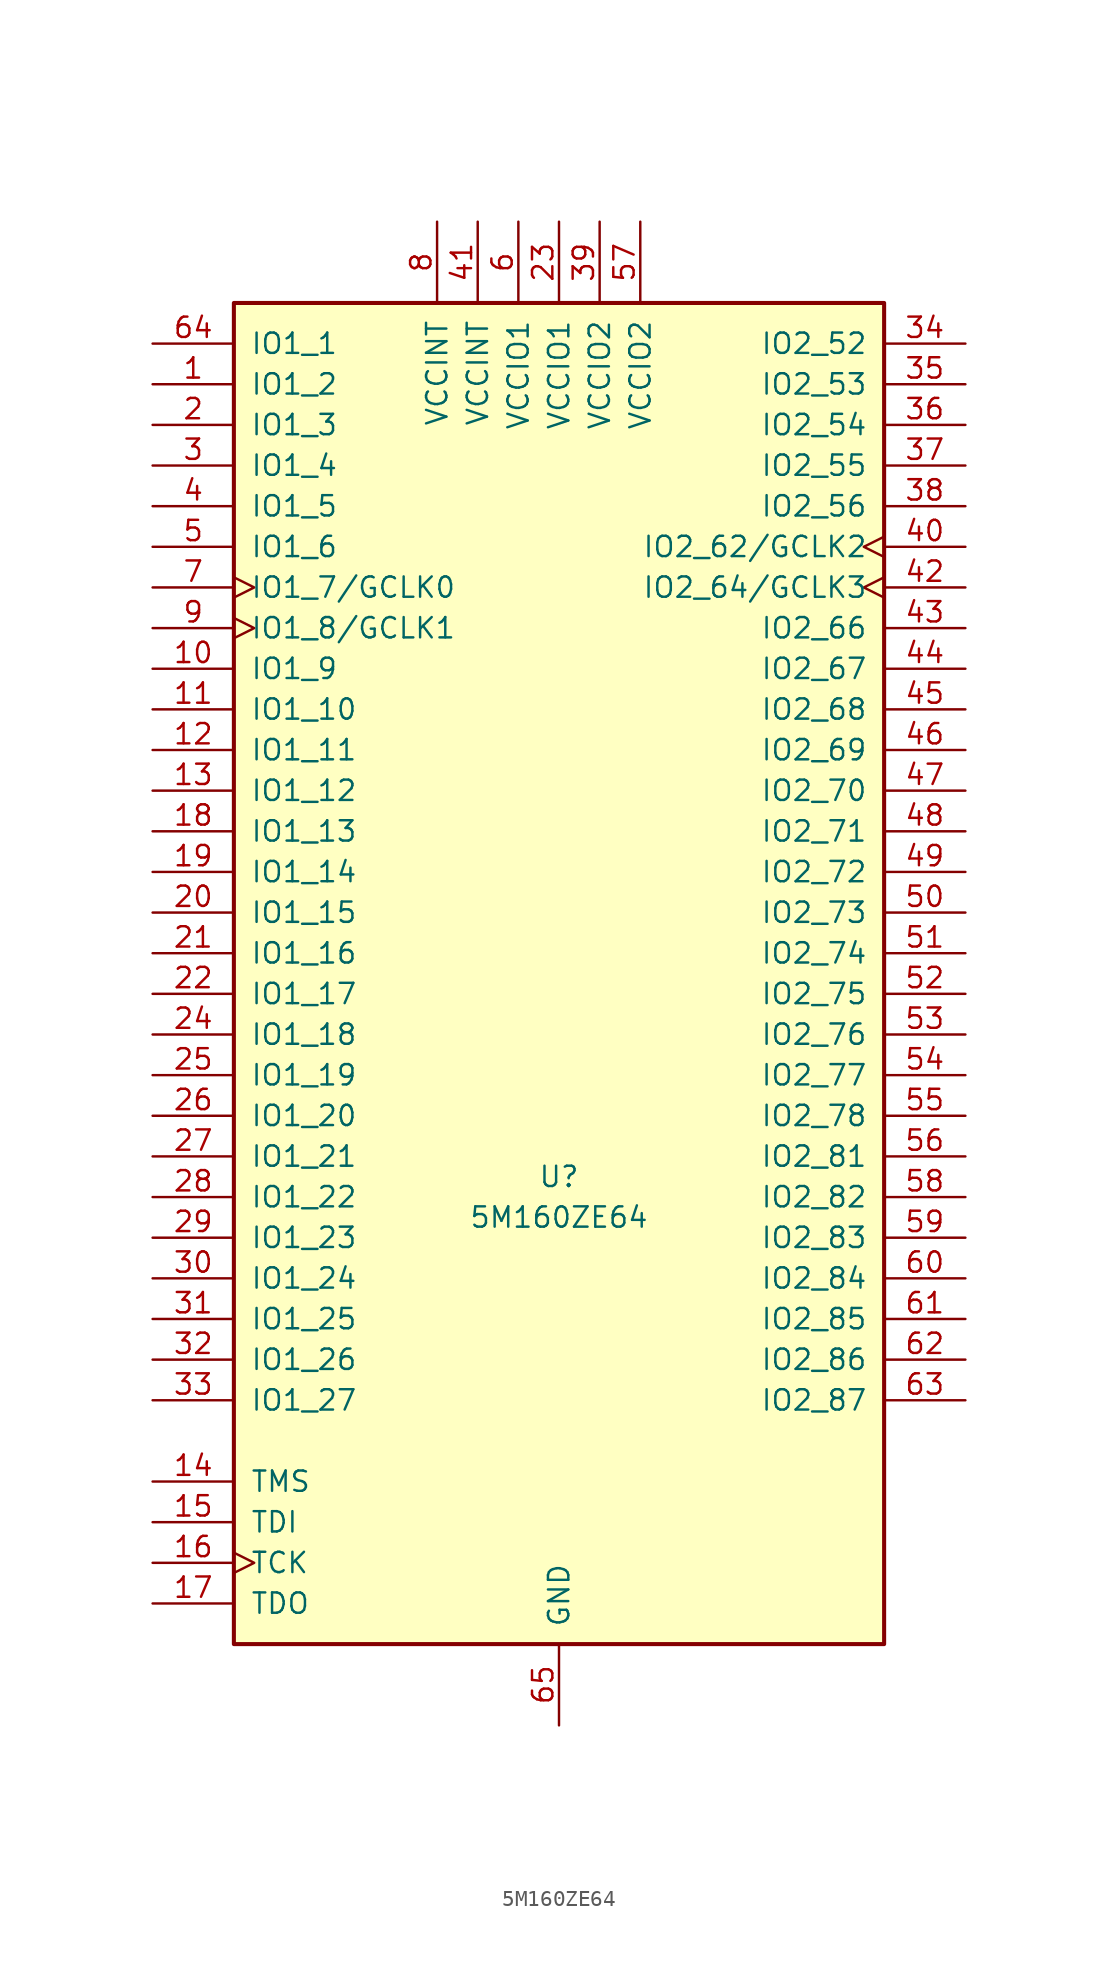
<source format=kicad_sym>
(kicad_symbol_lib
  (version 20220914)
  (generator kicad_symbol_editor)
  (symbol "5M160ZE64"
    (pin_names
      (offset 1.016))
    (property "Reference" "U"
      (at 0 -12.7 0)
      (effects (font (size 1.27 1.27))))
    (property "Value" "5M160ZE64"
      (at 0 -15.24 0)
      (effects (font (size 1.27 1.27))))
    (symbol "5M160ZE64_1_1"
      (rectangle (start -20.32 41.91) (end 20.32 -41.91) (stroke (width 0.254) (type default)) (fill (type background)))
      (pin bidirectional line (at -25.4 36.83 0) (length 5.08) (name "IO1_2" (effects (font (size 1.27 1.27)))) (number "1" (effects (font (size 1.27 1.27)))))
      (pin bidirectional line (at -25.4 19.05 0) (length 5.08) (name "IO1_9" (effects (font (size 1.27 1.27)))) (number "10" (effects (font (size 1.27 1.27)))))
      (pin bidirectional line (at -25.4 16.51 0) (length 5.08) (name "IO1_10" (effects (font (size 1.27 1.27)))) (number "11" (effects (font (size 1.27 1.27)))))
      (pin bidirectional line (at -25.4 13.97 0) (length 5.08) (name "IO1_11" (effects (font (size 1.27 1.27)))) (number "12" (effects (font (size 1.27 1.27)))))
      (pin bidirectional line (at -25.4 11.43 0) (length 5.08) (name "IO1_12" (effects (font (size 1.27 1.27)))) (number "13" (effects (font (size 1.27 1.27)))))
      (pin input line (at -25.4 -31.75 0) (length 5.08) (name "TMS" (effects (font (size 1.27 1.27)))) (number "14" (effects (font (size 1.27 1.27)))))
      (pin input line (at -25.4 -34.29 0) (length 5.08) (name "TDI" (effects (font (size 1.27 1.27)))) (number "15" (effects (font (size 1.27 1.27)))))
      (pin input clock (at -25.4 -36.83 0) (length 5.08) (name "TCK" (effects (font (size 1.27 1.27)))) (number "16" (effects (font (size 1.27 1.27)))))
      (pin output line (at -25.4 -39.37 0) (length 5.08) (name "TDO" (effects (font (size 1.27 1.27)))) (number "17" (effects (font (size 1.27 1.27)))))
      (pin bidirectional line (at -25.4 8.89 0) (length 5.08) (name "IO1_13" (effects (font (size 1.27 1.27)))) (number "18" (effects (font (size 1.27 1.27)))))
      (pin bidirectional line (at -25.4 6.35 0) (length 5.08) (name "IO1_14" (effects (font (size 1.27 1.27)))) (number "19" (effects (font (size 1.27 1.27)))))
      (pin bidirectional line (at -25.4 34.29 0) (length 5.08) (name "IO1_3" (effects (font (size 1.27 1.27)))) (number "2" (effects (font (size 1.27 1.27)))))
      (pin bidirectional line (at -25.4 3.81 0) (length 5.08) (name "IO1_15" (effects (font (size 1.27 1.27)))) (number "20" (effects (font (size 1.27 1.27)))))
      (pin bidirectional line (at -25.4 1.27 0) (length 5.08) (name "IO1_16" (effects (font (size 1.27 1.27)))) (number "21" (effects (font (size 1.27 1.27)))))
      (pin bidirectional line (at -25.4 -1.27 0) (length 5.08) (name "IO1_17" (effects (font (size 1.27 1.27)))) (number "22" (effects (font (size 1.27 1.27)))))
      (pin power_in line (at 0 46.99 270) (length 5.08) (name "VCCIO1" (effects (font (size 1.27 1.27)))) (number "23" (effects (font (size 1.27 1.27)))))
      (pin bidirectional line (at -25.4 -3.81 0) (length 5.08) (name "IO1_18" (effects (font (size 1.27 1.27)))) (number "24" (effects (font (size 1.27 1.27)))))
      (pin bidirectional line (at -25.4 -6.35 0) (length 5.08) (name "IO1_19" (effects (font (size 1.27 1.27)))) (number "25" (effects (font (size 1.27 1.27)))))
      (pin bidirectional line (at -25.4 -8.89 0) (length 5.08) (name "IO1_20" (effects (font (size 1.27 1.27)))) (number "26" (effects (font (size 1.27 1.27)))))
      (pin bidirectional line (at -25.4 -11.43 0) (length 5.08) (name "IO1_21" (effects (font (size 1.27 1.27)))) (number "27" (effects (font (size 1.27 1.27)))))
      (pin bidirectional line (at -25.4 -13.97 0) (length 5.08) (name "IO1_22" (effects (font (size 1.27 1.27)))) (number "28" (effects (font (size 1.27 1.27)))))
      (pin bidirectional line (at -25.4 -16.51 0) (length 5.08) (name "IO1_23" (effects (font (size 1.27 1.27)))) (number "29" (effects (font (size 1.27 1.27)))))
      (pin bidirectional line (at -25.4 31.75 0) (length 5.08) (name "IO1_4" (effects (font (size 1.27 1.27)))) (number "3" (effects (font (size 1.27 1.27)))))
      (pin bidirectional line (at -25.4 -19.05 0) (length 5.08) (name "IO1_24" (effects (font (size 1.27 1.27)))) (number "30" (effects (font (size 1.27 1.27)))))
      (pin bidirectional line (at -25.4 -21.59 0) (length 5.08) (name "IO1_25" (effects (font (size 1.27 1.27)))) (number "31" (effects (font (size 1.27 1.27)))))
      (pin bidirectional line (at -25.4 -24.13 0) (length 5.08) (name "IO1_26" (effects (font (size 1.27 1.27)))) (number "32" (effects (font (size 1.27 1.27)))))
      (pin bidirectional line (at -25.4 -26.67 0) (length 5.08) (name "IO1_27" (effects (font (size 1.27 1.27)))) (number "33" (effects (font (size 1.27 1.27)))))
      (pin bidirectional line (at 25.4 39.37 180) (length 5.08) (name "IO2_52" (effects (font (size 1.27 1.27)))) (number "34" (effects (font (size 1.27 1.27)))))
      (pin bidirectional line (at 25.4 36.83 180) (length 5.08) (name "IO2_53" (effects (font (size 1.27 1.27)))) (number "35" (effects (font (size 1.27 1.27)))))
      (pin bidirectional line (at 25.4 34.29 180) (length 5.08) (name "IO2_54" (effects (font (size 1.27 1.27)))) (number "36" (effects (font (size 1.27 1.27)))))
      (pin bidirectional line (at 25.4 31.75 180) (length 5.08) (name "IO2_55" (effects (font (size 1.27 1.27)))) (number "37" (effects (font (size 1.27 1.27)))))
      (pin bidirectional line (at 25.4 29.21 180) (length 5.08) (name "IO2_56" (effects (font (size 1.27 1.27)))) (number "38" (effects (font (size 1.27 1.27)))))
      (pin power_in line (at 2.54 46.99 270) (length 5.08) (name "VCCIO2" (effects (font (size 1.27 1.27)))) (number "39" (effects (font (size 1.27 1.27)))))
      (pin bidirectional line (at -25.4 29.21 0) (length 5.08) (name "IO1_5" (effects (font (size 1.27 1.27)))) (number "4" (effects (font (size 1.27 1.27)))))
      (pin bidirectional clock (at 25.4 26.67 180) (length 5.08) (name "IO2_62/GCLK2" (effects (font (size 1.27 1.27)))) (number "40" (effects (font (size 1.27 1.27)))))
      (pin power_in line (at -5.08 46.99 270) (length 5.08) (name "VCCINT" (effects (font (size 1.27 1.27)))) (number "41" (effects (font (size 1.27 1.27)))))
      (pin bidirectional clock (at 25.4 24.13 180) (length 5.08) (name "IO2_64/GCLK3" (effects (font (size 1.27 1.27)))) (number "42" (effects (font (size 1.27 1.27)))))
      (pin bidirectional line (at 25.4 21.59 180) (length 5.08) (name "IO2_66" (effects (font (size 1.27 1.27)))) (number "43" (effects (font (size 1.27 1.27)))))
      (pin bidirectional line (at 25.4 19.05 180) (length 5.08) (name "IO2_67" (effects (font (size 1.27 1.27)))) (number "44" (effects (font (size 1.27 1.27)))))
      (pin bidirectional line (at 25.4 16.51 180) (length 5.08) (name "IO2_68" (effects (font (size 1.27 1.27)))) (number "45" (effects (font (size 1.27 1.27)))))
      (pin bidirectional line (at 25.4 13.97 180) (length 5.08) (name "IO2_69" (effects (font (size 1.27 1.27)))) (number "46" (effects (font (size 1.27 1.27)))))
      (pin bidirectional line (at 25.4 11.43 180) (length 5.08) (name "IO2_70" (effects (font (size 1.27 1.27)))) (number "47" (effects (font (size 1.27 1.27)))))
      (pin bidirectional line (at 25.4 8.89 180) (length 5.08) (name "IO2_71" (effects (font (size 1.27 1.27)))) (number "48" (effects (font (size 1.27 1.27)))))
      (pin bidirectional line (at 25.4 6.35 180) (length 5.08) (name "IO2_72" (effects (font (size 1.27 1.27)))) (number "49" (effects (font (size 1.27 1.27)))))
      (pin bidirectional line (at -25.4 26.67 0) (length 5.08) (name "IO1_6" (effects (font (size 1.27 1.27)))) (number "5" (effects (font (size 1.27 1.27)))))
      (pin bidirectional line (at 25.4 3.81 180) (length 5.08) (name "IO2_73" (effects (font (size 1.27 1.27)))) (number "50" (effects (font (size 1.27 1.27)))))
      (pin bidirectional line (at 25.4 1.27 180) (length 5.08) (name "IO2_74" (effects (font (size 1.27 1.27)))) (number "51" (effects (font (size 1.27 1.27)))))
      (pin bidirectional line (at 25.4 -1.27 180) (length 5.08) (name "IO2_75" (effects (font (size 1.27 1.27)))) (number "52" (effects (font (size 1.27 1.27)))))
      (pin bidirectional line (at 25.4 -3.81 180) (length 5.08) (name "IO2_76" (effects (font (size 1.27 1.27)))) (number "53" (effects (font (size 1.27 1.27)))))
      (pin bidirectional line (at 25.4 -6.35 180) (length 5.08) (name "IO2_77" (effects (font (size 1.27 1.27)))) (number "54" (effects (font (size 1.27 1.27)))))
      (pin bidirectional line (at 25.4 -8.89 180) (length 5.08) (name "IO2_78" (effects (font (size 1.27 1.27)))) (number "55" (effects (font (size 1.27 1.27)))))
      (pin bidirectional line (at 25.4 -11.43 180) (length 5.08) (name "IO2_81" (effects (font (size 1.27 1.27)))) (number "56" (effects (font (size 1.27 1.27)))))
      (pin power_in line (at 5.08 46.99 270) (length 5.08) (name "VCCIO2" (effects (font (size 1.27 1.27)))) (number "57" (effects (font (size 1.27 1.27)))))
      (pin bidirectional line (at 25.4 -13.97 180) (length 5.08) (name "IO2_82" (effects (font (size 1.27 1.27)))) (number "58" (effects (font (size 1.27 1.27)))))
      (pin bidirectional line (at 25.4 -16.51 180) (length 5.08) (name "IO2_83" (effects (font (size 1.27 1.27)))) (number "59" (effects (font (size 1.27 1.27)))))
      (pin power_in line (at -2.54 46.99 270) (length 5.08) (name "VCCIO1" (effects (font (size 1.27 1.27)))) (number "6" (effects (font (size 1.27 1.27)))))
      (pin bidirectional line (at 25.4 -19.05 180) (length 5.08) (name "IO2_84" (effects (font (size 1.27 1.27)))) (number "60" (effects (font (size 1.27 1.27)))))
      (pin bidirectional line (at 25.4 -21.59 180) (length 5.08) (name "IO2_85" (effects (font (size 1.27 1.27)))) (number "61" (effects (font (size 1.27 1.27)))))
      (pin bidirectional line (at 25.4 -24.13 180) (length 5.08) (name "IO2_86" (effects (font (size 1.27 1.27)))) (number "62" (effects (font (size 1.27 1.27)))))
      (pin bidirectional line (at 25.4 -26.67 180) (length 5.08) (name "IO2_87" (effects (font (size 1.27 1.27)))) (number "63" (effects (font (size 1.27 1.27)))))
      (pin bidirectional line (at -25.4 39.37 0) (length 5.08) (name "IO1_1" (effects (font (size 1.27 1.27)))) (number "64" (effects (font (size 1.27 1.27)))))
      (pin power_in line (at 0 -46.99 90) (length 5.08) (name "GND" (effects (font (size 1.27 1.27)))) (number "65" (effects (font (size 1.27 1.27)))))
      (pin bidirectional clock (at -25.4 24.13 0) (length 5.08) (name "IO1_7/GCLK0" (effects (font (size 1.27 1.27)))) (number "7" (effects (font (size 1.27 1.27)))))
      (pin power_in line (at -7.62 46.99 270) (length 5.08) (name "VCCINT" (effects (font (size 1.27 1.27)))) (number "8" (effects (font (size 1.27 1.27)))))
      (pin bidirectional clock (at -25.4 21.59 0) (length 5.08) (name "IO1_8/GCLK1" (effects (font (size 1.27 1.27)))) (number "9" (effects (font (size 1.27 1.27))))))))
</source>
